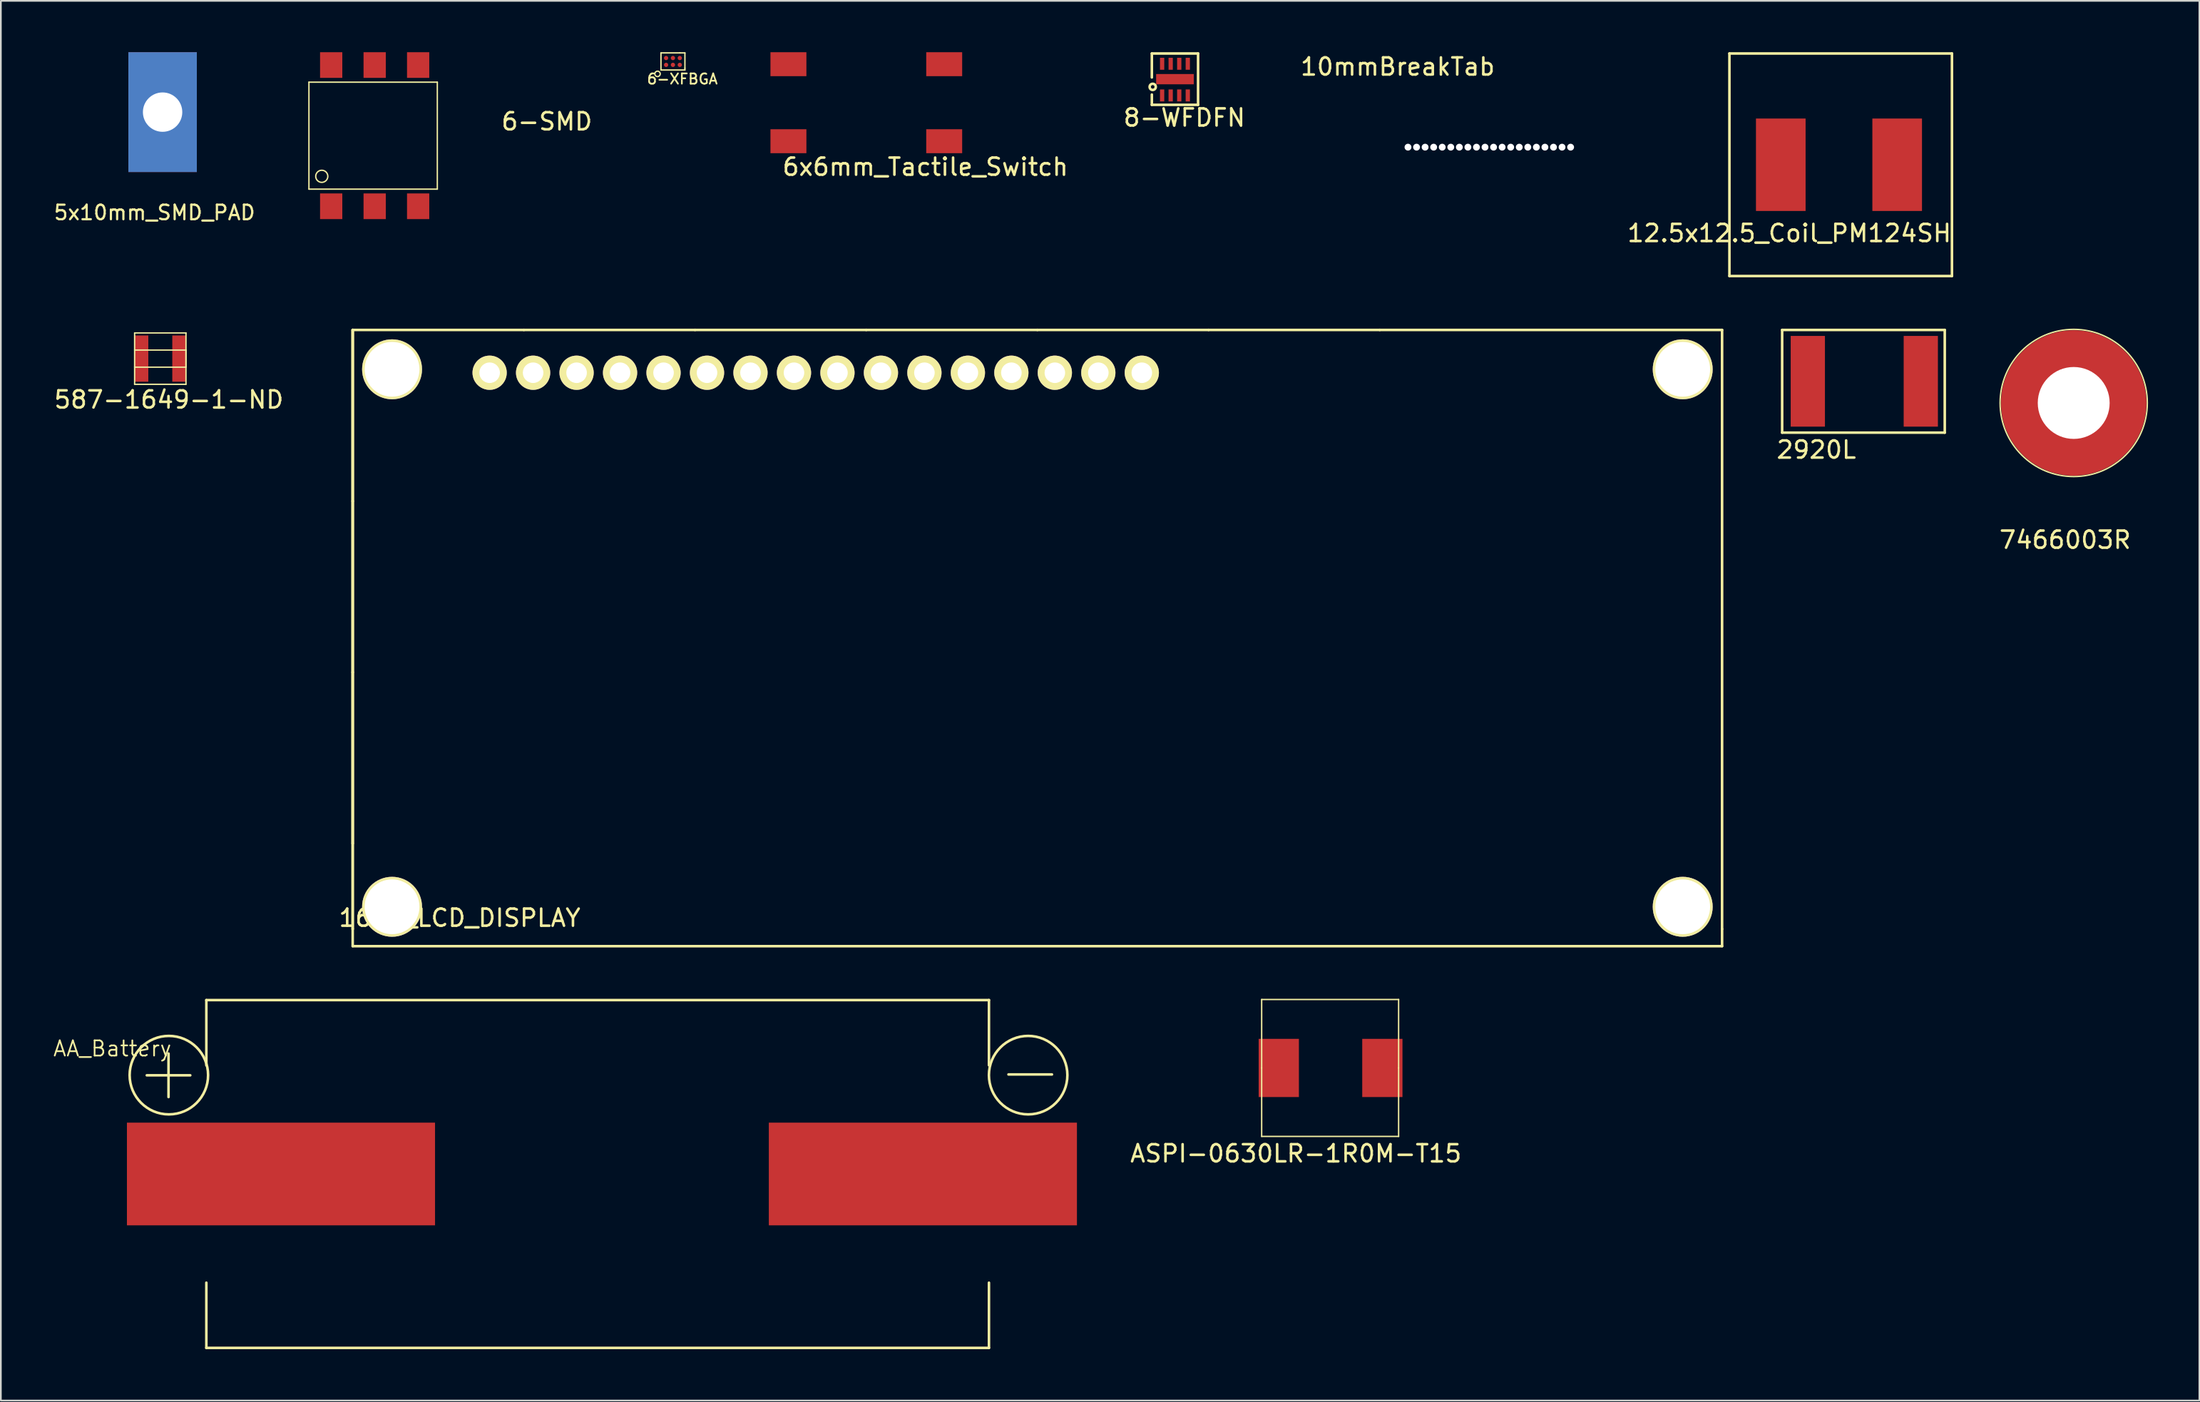
<source format=kicad_pcb>
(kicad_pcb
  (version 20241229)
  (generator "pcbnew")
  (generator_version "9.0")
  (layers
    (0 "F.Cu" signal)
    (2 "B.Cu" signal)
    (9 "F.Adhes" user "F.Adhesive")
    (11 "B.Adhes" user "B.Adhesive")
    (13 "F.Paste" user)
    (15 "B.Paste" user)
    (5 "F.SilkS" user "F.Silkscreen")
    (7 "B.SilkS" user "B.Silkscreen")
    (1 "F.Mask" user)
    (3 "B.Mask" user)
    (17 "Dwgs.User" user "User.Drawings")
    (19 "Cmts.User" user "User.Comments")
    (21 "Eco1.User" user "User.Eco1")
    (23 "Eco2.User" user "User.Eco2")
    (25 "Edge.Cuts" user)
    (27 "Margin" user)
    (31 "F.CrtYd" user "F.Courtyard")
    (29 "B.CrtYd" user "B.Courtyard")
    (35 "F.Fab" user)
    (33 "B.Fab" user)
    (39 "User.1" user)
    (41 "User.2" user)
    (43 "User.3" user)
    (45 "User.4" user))
  (footprint "12.5x12.5_Coil_PM124SH"
    (layer "F.Cu")
    (at 104.483 6.075)
    (property "Reference" "12.5x12.5_Coil_PM124SH" (at -3 4.5 0) (layer "F.SilkS") (effects (font (size 1 1) (thickness 0.15))))
    (attr through_hole)
    (fp_line (start -6.5 -6) (end -6.5 7) (stroke (width 0.15) (type solid)) (layer "F.SilkS"))
    (fp_line (start -6.5 7) (end 6.5 7) (stroke (width 0.15) (type solid)) (layer "F.SilkS"))
    (fp_line (start 6.5 -6) (end -6.5 -6) (stroke (width 0.15) (type solid)) (layer "F.SilkS"))
    (fp_line (start 6.5 7) (end 6.5 -6) (stroke (width 0.15) (type solid)) (layer "F.SilkS"))
    (pad "1" smd rect (at -3.5 0.5) (size 2.9 5.4) (layers "F.Cu" "F.Mask" "F.Paste"))
    (pad "2" smd rect (at 3.3 0.5) (size 2.9 5.4) (layers "F.Cu" "F.Mask" "F.Paste")))
  (footprint "6x6mm_Tactile_Switch"
    (layer "F.Cu")
    (at 43.01 0.7)
    (property "Reference" "6x6mm_Tactile_Switch" (at 8 6 0) (layer "F.SilkS") (effects (font (size 1 1) (thickness 0.15))))
    (attr through_hole)
    (pad "P$1" smd rect (at 0 0) (size 2.1 1.4) (layers "F.Cu" "F.Mask" "F.Paste"))
    (pad "P$1" smd rect (at 9.1 0) (size 2.1 1.4) (layers "F.Cu" "F.Mask" "F.Paste"))
    (pad "P$2" smd rect (at 0 4.5) (size 2.1 1.4) (layers "F.Cu" "F.Mask" "F.Paste"))
    (pad "P$2" smd rect (at 9.1 4.5) (size 2.1 1.4) (layers "F.Cu" "F.Mask" "F.Paste")))
  (footprint "8-WFDFN"
    (layer "F.Cu")
    (at 67.841 0.675)
    (property "Reference" "8-WFDFN" (at -1.7 3.15 0) (layer "F.SilkS") (effects (font (size 1 1) (thickness 0.15))))
    (attr through_hole)
    (fp_line (start -3.6 -0.6) (end -0.9 -0.6) (stroke (width 0.15) (type solid)) (layer "F.SilkS"))
    (fp_line (start -3.6 0.8) (end -3.6 -0.6) (stroke (width 0.15) (type solid)) (layer "F.SilkS"))
    (fp_line (start -3.6 2.4) (end -3.6 1.8) (stroke (width 0.15) (type solid)) (layer "F.SilkS"))
    (fp_line (start -0.9 -0.6) (end -0.9 2.4) (stroke (width 0.15) (type solid)) (layer "F.SilkS"))
    (fp_line (start -0.9 2.4) (end -3.6 2.4) (stroke (width 0.15) (type solid)) (layer "F.SilkS"))
    (fp_circle (center -3.55 1.35) (end -3.4 1.45) (stroke (width 0.15) (type solid)) (fill no) (layer "F.SilkS"))
    (pad "1" smd rect (at -3 1.85) (size 0.25 0.7) (layers "F.Cu" "F.Mask" "F.Paste"))
    (pad "2" smd rect (at -2.5 1.85) (size 0.25 0.7) (layers "F.Cu" "F.Mask" "F.Paste"))
    (pad "3" smd rect (at -2 1.85) (size 0.25 0.7) (layers "F.Cu" "F.Mask" "F.Paste"))
    (pad "4" smd rect (at -1.5 1.85) (size 0.25 0.7) (layers "F.Cu" "F.Mask" "F.Paste"))
    (pad "5" smd rect (at -1.5 0) (size 0.25 0.7) (layers "F.Cu" "F.Mask" "F.Paste"))
    (pad "6" smd rect (at -2 0) (size 0.25 0.7) (layers "F.Cu" "F.Mask" "F.Paste"))
    (pad "7" smd rect (at -2.5 0) (size 0.25 0.7) (layers "F.Cu" "F.Mask" "F.Paste"))
    (pad "8" smd rect (at -3 0) (size 0.25 0.7) (layers "F.Cu" "F.Mask" "F.Paste"))
    (pad "9" smd rect (at -2.25 0.9) (size 2.2 0.6) (layers "F.Cu" "F.Mask" "F.Paste")))
  (footprint "7466003R"
    (layer "F.Cu")
    (at 118.096 20.491)
    (property "Reference" "7466003R" (at -0.5 8 0) (layer "F.SilkS") (effects (font (size 1 1) (thickness 0.15))))
    (attr through_hole)
    (fp_circle (center 0 0) (end 2.5 3.5) (stroke (width 0.08) (type solid)) (fill no) (layer "F.SilkS"))
    (pad "" np_thru_hole circle (at 0 0) (size 4.2 4.2) (drill 4.2) (layers "*.Cu" "*.Mask"))
    (pad "1" smd circle (at 0 0) (size 8.5 8.5) (layers "F.Cu" "F.Mask" "F.Paste")))
  (footprint "587-1649-1-ND"
    (layer "F.Cu")
    (at 4.815 16.4)
    (property "Reference" "587-1649-1-ND" (at 2 3.9 0) (layer "F.SilkS") (effects (font (size 1 1) (thickness 0.15))))
    (attr through_hole)
    (fp_line (start 0 0) (end 0 3) (stroke (width 0.08) (type solid)) (layer "F.SilkS"))
    (fp_line (start 0 1) (end 3 1) (stroke (width 0.08) (type solid)) (layer "F.SilkS"))
    (fp_line (start 0 3) (end 3 3) (stroke (width 0.08) (type solid)) (layer "F.SilkS"))
    (fp_line (start 3 0) (end 0 0) (stroke (width 0.08) (type solid)) (layer "F.SilkS"))
    (fp_line (start 3 1) (end 3 2) (stroke (width 0.08) (type solid)) (layer "F.SilkS"))
    (fp_line (start 3 2) (end 0 2) (stroke (width 0.08) (type solid)) (layer "F.SilkS"))
    (fp_line (start 3 3) (end 3 0) (stroke (width 0.08) (type solid)) (layer "F.SilkS"))
    (pad "1" smd rect (at 0.4 1.5) (size 0.8 2.7) (layers "F.Cu" "F.Mask" "F.Paste"))
    (pad "2" smd rect (at 2.6 1.5) (size 0.8 2.7) (layers "F.Cu" "F.Mask" "F.Paste")))
  (footprint "6-SMD"
    (layer "F.Cu")
    (at 28.998 0.75)
    (property "Reference" "6-SMD" (at -0.1 3.3 0) (layer "F.SilkS") (effects (font (size 1 1) (thickness 0.15))))
    (attr through_hole)
    (fp_line (start -14 1) (end -6.5 1) (stroke (width 0.08) (type solid)) (layer "F.SilkS"))
    (fp_line (start -14 7.25) (end -14 1) (stroke (width 0.08) (type solid)) (layer "F.SilkS"))
    (fp_line (start -6.5 1) (end -6.5 7.25) (stroke (width 0.08) (type solid)) (layer "F.SilkS"))
    (fp_line (start -6.5 7.25) (end -14 7.25) (stroke (width 0.08) (type solid)) (layer "F.SilkS"))
    (fp_circle (center -13.25 6.5) (end -13 6.75) (stroke (width 0.08) (type solid)) (fill no) (layer "F.SilkS"))
    (pad "1" smd rect (at -12.7 8.25) (size 1.3 1.5) (layers "F.Cu" "F.Mask" "F.Paste"))
    (pad "2" smd rect (at -10.16 8.25) (size 1.3 1.5) (layers "F.Cu" "F.Mask" "F.Paste"))
    (pad "3" smd rect (at -7.62 8.25) (size 1.3 1.5) (layers "F.Cu" "F.Mask" "F.Paste"))
    (pad "4" smd rect (at -7.62 0) (size 1.3 1.5) (layers "F.Cu" "F.Mask" "F.Paste"))
    (pad "5" smd rect (at -10.16 0) (size 1.3 1.5) (layers "F.Cu" "F.Mask" "F.Paste"))
    (pad "6" smd rect (at -12.7 0) (size 1.3 1.5) (layers "F.Cu" "F.Mask" "F.Paste")))
  (footprint "AA_Battery"
    (layer "F.Cu")
    (at 31.865 65.535)
    (property "Reference" "AA_Battery" (at -28.35 -7.325 0) (layer "F.SilkS") (effects (font (size 0.89 0.89) (thickness 0.1))))
    (attr through_hole)
    (fp_line (start -26.34 -5.765) (end -23.8 -5.765) (stroke (width 0.15) (type solid)) (layer "F.SilkS"))
    (fp_line (start -25.07 -7.035) (end -25.07 -4.495) (stroke (width 0.15) (type solid)) (layer "F.SilkS"))
    (fp_line (start -22.86 -10.16) (end 22.86 -10.16) (stroke (width 0.15) (type solid)) (layer "F.SilkS"))
    (fp_line (start -22.86 -6.35) (end -22.86 -10.16) (stroke (width 0.15) (type solid)) (layer "F.SilkS"))
    (fp_line (start -22.86 6.35) (end -22.86 10.16) (stroke (width 0.15) (type solid)) (layer "F.SilkS"))
    (fp_line (start -22.86 10.16) (end 22.86 10.16) (stroke (width 0.15) (type solid)) (layer "F.SilkS"))
    (fp_line (start 22.86 -10.16) (end 22.86 -6.35) (stroke (width 0.15) (type solid)) (layer "F.SilkS"))
    (fp_line (start 22.86 10.16) (end 22.86 6.35) (stroke (width 0.15) (type solid)) (layer "F.SilkS"))
    (fp_line (start 24 -5.815) (end 26.54 -5.815) (stroke (width 0.15) (type solid)) (layer "F.SilkS"))
    (fp_circle (center -25.05 -5.775) (end -23.275 -4.325) (stroke (width 0.15) (type solid)) (fill no) (layer "F.SilkS"))
    (fp_circle (center 25.15 -5.775) (end 26.925 -4.325) (stroke (width 0.15) (type solid)) (fill no) (layer "F.SilkS"))
    (pad "1" smd rect (at -18.5 0) (size 18 6) (layers "F.Cu" "F.Mask"))
    (pad "2" smd rect (at 19 0) (size 18 6) (layers "F.Cu" "F.Mask")))
  (footprint "6-XFBGA"
    (layer "F.Cu")
    (at 36.138 0.49)
    (property "Reference" "6-XFBGA" (at 0.675 1.075 0) (layer "F.SilkS") (effects (font (size 0.6 0.6) (thickness 0.1))))
    (attr through_hole)
    (fp_line (start -0.575 -0.45) (end 0.525 -0.45) (stroke (width 0.08) (type solid)) (layer "F.SilkS"))
    (fp_line (start -0.575 0.55) (end -0.575 -0.45) (stroke (width 0.08) (type solid)) (layer "F.SilkS"))
    (fp_line (start 0.525 -0.45) (end 0.825 -0.45) (stroke (width 0.08) (type solid)) (layer "F.SilkS"))
    (fp_line (start 0.825 -0.45) (end 0.825 0.45) (stroke (width 0.08) (type solid)) (layer "F.SilkS"))
    (fp_line (start 0.825 0.45) (end 0.825 0.55) (stroke (width 0.08) (type solid)) (layer "F.SilkS"))
    (fp_line (start 0.825 0.55) (end -0.575 0.55) (stroke (width 0.08) (type solid)) (layer "F.SilkS"))
    (fp_circle (center -0.775 0.775) (end -0.625 0.825) (stroke (width 0.08) (type solid)) (fill no) (layer "F.SilkS"))
    (pad "A1" smd circle (at -0.275 0.25) (size 0.25 0.25) (layers "F.Cu" "F.Mask"))
    (pad "A2" smd circle (at -0.275 -0.15) (size 0.25 0.25) (layers "F.Cu" "F.Mask"))
    (pad "B1" smd circle (at 0.125 0.25) (size 0.25 0.25) (layers "F.Cu" "F.Mask"))
    (pad "B2" smd circle (at 0.125 -0.15) (size 0.25 0.25) (layers "F.Cu" "F.Mask"))
    (pad "C1" smd circle (at 0.525 0.25) (size 0.25 0.25) (layers "F.Cu" "F.Mask"))
    (pad "C2" smd circle (at 0.525 -0.15) (size 0.25 0.25) (layers "F.Cu" "F.Mask")))
  (footprint "10mmBreakTab"
    (layer "F.Cu")
    (at 79.205 5.548)
    (property "Reference" "10mmBreakTab" (at -0.6 -4.7 0) (layer "F.SilkS") (effects (font (size 1 1) (thickness 0.15))))
    (attr through_hole)
    (pad "" np_thru_hole circle (at 0 0) (size 0.4 0.4) (drill 0.4) (layers "*.Cu" "*.Mask"))
    (pad "" np_thru_hole circle (at 0.5 0) (size 0.4 0.4) (drill 0.4) (layers "*.Cu" "*.Mask"))
    (pad "" np_thru_hole circle (at 1 0) (size 0.4 0.4) (drill 0.4) (layers "*.Cu" "*.Mask"))
    (pad "" np_thru_hole circle (at 1.5 0) (size 0.4 0.4) (drill 0.4) (layers "*.Cu" "*.Mask"))
    (pad "" np_thru_hole circle (at 2 0) (size 0.4 0.4) (drill 0.4) (layers "*.Cu" "*.Mask"))
    (pad "" np_thru_hole circle (at 2.5 0) (size 0.4 0.4) (drill 0.4) (layers "*.Cu" "*.Mask"))
    (pad "" np_thru_hole circle (at 3 0) (size 0.4 0.4) (drill 0.4) (layers "*.Cu" "*.Mask"))
    (pad "" np_thru_hole circle (at 3.5 0) (size 0.4 0.4) (drill 0.4) (layers "*.Cu" "*.Mask"))
    (pad "" np_thru_hole circle (at 4 0) (size 0.4 0.4) (drill 0.4) (layers "*.Cu" "*.Mask"))
    (pad "" np_thru_hole circle (at 4.5 0) (size 0.4 0.4) (drill 0.4) (layers "*.Cu" "*.Mask"))
    (pad "" np_thru_hole circle (at 5 0) (size 0.4 0.4) (drill 0.4) (layers "*.Cu" "*.Mask"))
    (pad "" np_thru_hole circle (at 5.5 0) (size 0.4 0.4) (drill 0.4) (layers "*.Cu" "*.Mask"))
    (pad "" np_thru_hole circle (at 6 0) (size 0.4 0.4) (drill 0.4) (layers "*.Cu" "*.Mask"))
    (pad "" np_thru_hole circle (at 6.5 0) (size 0.4 0.4) (drill 0.4) (layers "*.Cu" "*.Mask"))
    (pad "" np_thru_hole circle (at 7 0) (size 0.4 0.4) (drill 0.4) (layers "*.Cu" "*.Mask"))
    (pad "" np_thru_hole circle (at 7.5 0) (size 0.4 0.4) (drill 0.4) (layers "*.Cu" "*.Mask"))
    (pad "" np_thru_hole circle (at 8 0) (size 0.4 0.4) (drill 0.4) (layers "*.Cu" "*.Mask"))
    (pad "" np_thru_hole circle (at 8.5 0) (size 0.4 0.4) (drill 0.4) (layers "*.Cu" "*.Mask"))
    (pad "" np_thru_hole circle (at 9 0) (size 0.4 0.4) (drill 0.4) (layers "*.Cu" "*.Mask"))
    (pad "" np_thru_hole circle (at 9.5 0) (size 0.4 0.4) (drill 0.4) (layers "*.Cu" "*.Mask")))
  (footprint "2920L"
    (layer "F.Cu")
    (at 102.563 19.225)
    (property "Reference" "2920L" (at 0.5 4 0) (layer "F.SilkS") (effects (font (size 1 1) (thickness 0.15))))
    (attr through_hole)
    (fp_line (start -1.5 -3) (end -1.5 3) (stroke (width 0.15) (type solid)) (layer "F.SilkS"))
    (fp_line (start -1.5 3) (end 8 3) (stroke (width 0.15) (type solid)) (layer "F.SilkS"))
    (fp_line (start 8 -3) (end -1.5 -3) (stroke (width 0.15) (type solid)) (layer "F.SilkS"))
    (fp_line (start 8 3) (end 8 -3) (stroke (width 0.15) (type solid)) (layer "F.SilkS"))
    (pad "1" smd rect (at 0 0) (size 2 5.3) (layers "F.Cu" "F.Mask" "F.Paste"))
    (pad "2" smd rect (at 6.6 0) (size 2 5.3) (layers "F.Cu" "F.Mask" "F.Paste")))
  (footprint "ASPI-0630LR-1R0M-T15"
    (layer "F.Cu")
    (at 71.657 59.34)
    (property "Reference" "ASPI-0630LR-1R0M-T15" (at 1 5 0) (layer "F.SilkS") (effects (font (size 1 1) (thickness 0.15))))
    (attr through_hole)
    (fp_line (start -1 -4) (end 7 -4) (stroke (width 0.08) (type solid)) (layer "F.SilkS"))
    (fp_line (start -1 0) (end -1 -4) (stroke (width 0.08) (type solid)) (layer "F.SilkS"))
    (fp_line (start -1 4) (end -1 0) (stroke (width 0.08) (type solid)) (layer "F.SilkS"))
    (fp_line (start 7 -4) (end 7 0) (stroke (width 0.08) (type solid)) (layer "F.SilkS"))
    (fp_line (start 7 0) (end 7 4) (stroke (width 0.08) (type solid)) (layer "F.SilkS"))
    (fp_line (start 7 4) (end -1 4) (stroke (width 0.08) (type solid)) (layer "F.SilkS"))
    (pad "1" smd rect (at 0 0) (size 2.35 3.4) (layers "F.Cu" "F.Mask" "F.Paste"))
    (pad "2" smd rect (at 6.05 0) (size 2.35 3.4) (layers "F.Cu" "F.Mask" "F.Paste")))
  (footprint "5x10mm_SMD_PAD"
    (layer "F.Cu")
    (at 6.449 3.5)
    (property "Reference" "5x10mm_SMD_PAD" (at -0.47 5.87 0) (layer "F.SilkS") (effects (font (size 0.85 0.85) (thickness 0.13))))
    (attr through_hole)
    (pad "1" thru_hole circle (at 0 0) (size 3.5 3.5) (drill 2.3) (layers "*.Cu" "*.Mask"))
    (pad "1" smd rect (at 0 0) (size 4 7) (layers "*.Mask" "F.Cu"))
    (pad "1" smd rect (at 0 0) (size 4 7) (layers "*.Mask" "B.Cu")))
  (footprint "1602_LCD_DISPLAY"
    (layer "F.Cu")
    (at 51.684 32.245)
    (property "Reference" "1602_LCD_DISPLAY" (at -27.88 18.33 0) (layer "F.SilkS") (effects (font (size 1 1) (thickness 0.15))))
    (attr through_hole)
    (fp_line (start -34.13 -16.02) (end -34.13 -6.02) (stroke (width 0.15) (type solid)) (layer "F.SilkS"))
    (fp_line (start -34.13 -16.02) (end -34.13 -6.02) (stroke (width 0.15) (type solid)) (layer "F.SilkS"))
    (fp_line (start -34.13 -16.02) (end -34.13 18.98) (stroke (width 0.15) (type solid)) (layer "F.SilkS"))
    (fp_line (start -34.13 -16.02) (end -24.13 -16.02) (stroke (width 0.15) (type solid)) (layer "F.SilkS"))
    (fp_line (start -34.13 -6.02) (end -34.13 3.98) (stroke (width 0.15) (type solid)) (layer "F.SilkS"))
    (fp_line (start -34.13 -6.02) (end -34.13 3.98) (stroke (width 0.15) (type solid)) (layer "F.SilkS"))
    (fp_line (start -34.13 3.98) (end -34.13 13.98) (stroke (width 0.15) (type solid)) (layer "F.SilkS"))
    (fp_line (start -34.13 3.98) (end -34.13 13.98) (stroke (width 0.15) (type solid)) (layer "F.SilkS"))
    (fp_line (start -34.13 13.98) (end -34.13 18.98) (stroke (width 0.15) (type solid)) (layer "F.SilkS"))
    (fp_line (start -34.13 18.98) (end -34.13 19.98) (stroke (width 0.15) (type solid)) (layer "F.SilkS"))
    (fp_line (start -34.13 19.98) (end 45.87 19.98) (stroke (width 0.15) (type solid)) (layer "F.SilkS"))
    (fp_line (start -24.13 -16.02) (end -14.13 -16.02) (stroke (width 0.15) (type solid)) (layer "F.SilkS"))
    (fp_line (start -14.13 -16.02) (end -4.13 -16.02) (stroke (width 0.15) (type solid)) (layer "F.SilkS"))
    (fp_line (start -4.13 -16.02) (end 5.87 -16.02) (stroke (width 0.15) (type solid)) (layer "F.SilkS"))
    (fp_line (start 5.87 -16.02) (end 15.87 -16.02) (stroke (width 0.15) (type solid)) (layer "F.SilkS"))
    (fp_line (start 15.87 -16.02) (end 25.87 -16.02) (stroke (width 0.15) (type solid)) (layer "F.SilkS"))
    (fp_line (start 25.87 -16.02) (end 45.87 -16.02) (stroke (width 0.15) (type solid)) (layer "F.SilkS"))
    (fp_line (start 45.87 -16.02) (end 45.87 18.98) (stroke (width 0.15) (type solid)) (layer "F.SilkS"))
    (fp_line (start 45.87 19.98) (end 45.87 18.98) (stroke (width 0.15) (type solid)) (layer "F.SilkS"))
    (pad "" np_thru_hole circle (at -31.83 -13.72) (size 3.5 3.5) (drill 3.2) (layers "*.Cu" "*.Mask" "F.SilkS"))
    (pad "" np_thru_hole circle (at -31.83 17.68) (size 3.5 3.5) (drill 3.2) (layers "*.Cu" "*.Mask" "F.SilkS"))
    (pad "" np_thru_hole circle (at 43.57 -13.72) (size 3.5 3.5) (drill 3.2) (layers "*.Cu" "*.Mask" "F.SilkS"))
    (pad "" np_thru_hole circle (at 43.57 17.68) (size 3.5 3.5) (drill 3.2) (layers "*.Cu" "*.Mask" "F.SilkS"))
    (pad "1" thru_hole circle (at -26.13 -13.52) (size 2 2) (drill 1.2) (layers "*.Cu" "*.Mask" "F.SilkS"))
    (pad "2" thru_hole circle (at -23.59 -13.52) (size 2 2) (drill 1.2) (layers "*.Cu" "*.Mask" "F.SilkS"))
    (pad "3" thru_hole circle (at -21.05 -13.52) (size 2 2) (drill 1.2) (layers "*.Cu" "*.Mask" "F.SilkS"))
    (pad "4" thru_hole circle (at -18.51 -13.52) (size 2 2) (drill 1.2) (layers "*.Cu" "*.Mask" "F.SilkS"))
    (pad "5" thru_hole circle (at -15.97 -13.52) (size 2 2) (drill 1.2) (layers "*.Cu" "*.Mask" "F.SilkS"))
    (pad "6" thru_hole circle (at -13.43 -13.52) (size 2 2) (drill 1.2) (layers "*.Cu" "*.Mask" "F.SilkS"))
    (pad "7" thru_hole circle (at -10.89 -13.52) (size 2 2) (drill 1.2) (layers "*.Cu" "*.Mask" "F.SilkS"))
    (pad "8" thru_hole circle (at -8.35 -13.52) (size 2 2) (drill 1.2) (layers "*.Cu" "*.Mask" "F.SilkS"))
    (pad "9" thru_hole circle (at -5.81 -13.52) (size 2 2) (drill 1.2) (layers "*.Cu" "*.Mask" "F.SilkS"))
    (pad "10" thru_hole circle (at -3.27 -13.52) (size 2 2) (drill 1.2) (layers "*.Cu" "*.Mask" "F.SilkS"))
    (pad "11" thru_hole circle (at -0.73 -13.52) (size 2 2) (drill 1.2) (layers "*.Cu" "*.Mask" "F.SilkS"))
    (pad "12" thru_hole circle (at 1.81 -13.52) (size 2 2) (drill 1.2) (layers "*.Cu" "*.Mask" "F.SilkS"))
    (pad "13" thru_hole circle (at 4.35 -13.52) (size 2 2) (drill 1.2) (layers "*.Cu" "*.Mask" "F.SilkS"))
    (pad "14" thru_hole circle (at 6.89 -13.52) (size 2 2) (drill 1.2) (layers "*.Cu" "*.Mask" "F.SilkS"))
    (pad "15" thru_hole circle (at 9.43 -13.52) (size 2 2) (drill 1.2) (layers "*.Cu" "*.Mask" "F.SilkS"))
    (pad "16" thru_hole circle (at 11.97 -13.52) (size 2 2) (drill 1.2) (layers "*.Cu" "*.Mask" "F.SilkS")))
  (gr_rect
    (start -3 -3)
    (end 125.438 78.77)
    (stroke (width 0.1) (type default))
    (fill no)
    (layer "Edge.Cuts")))
</source>
